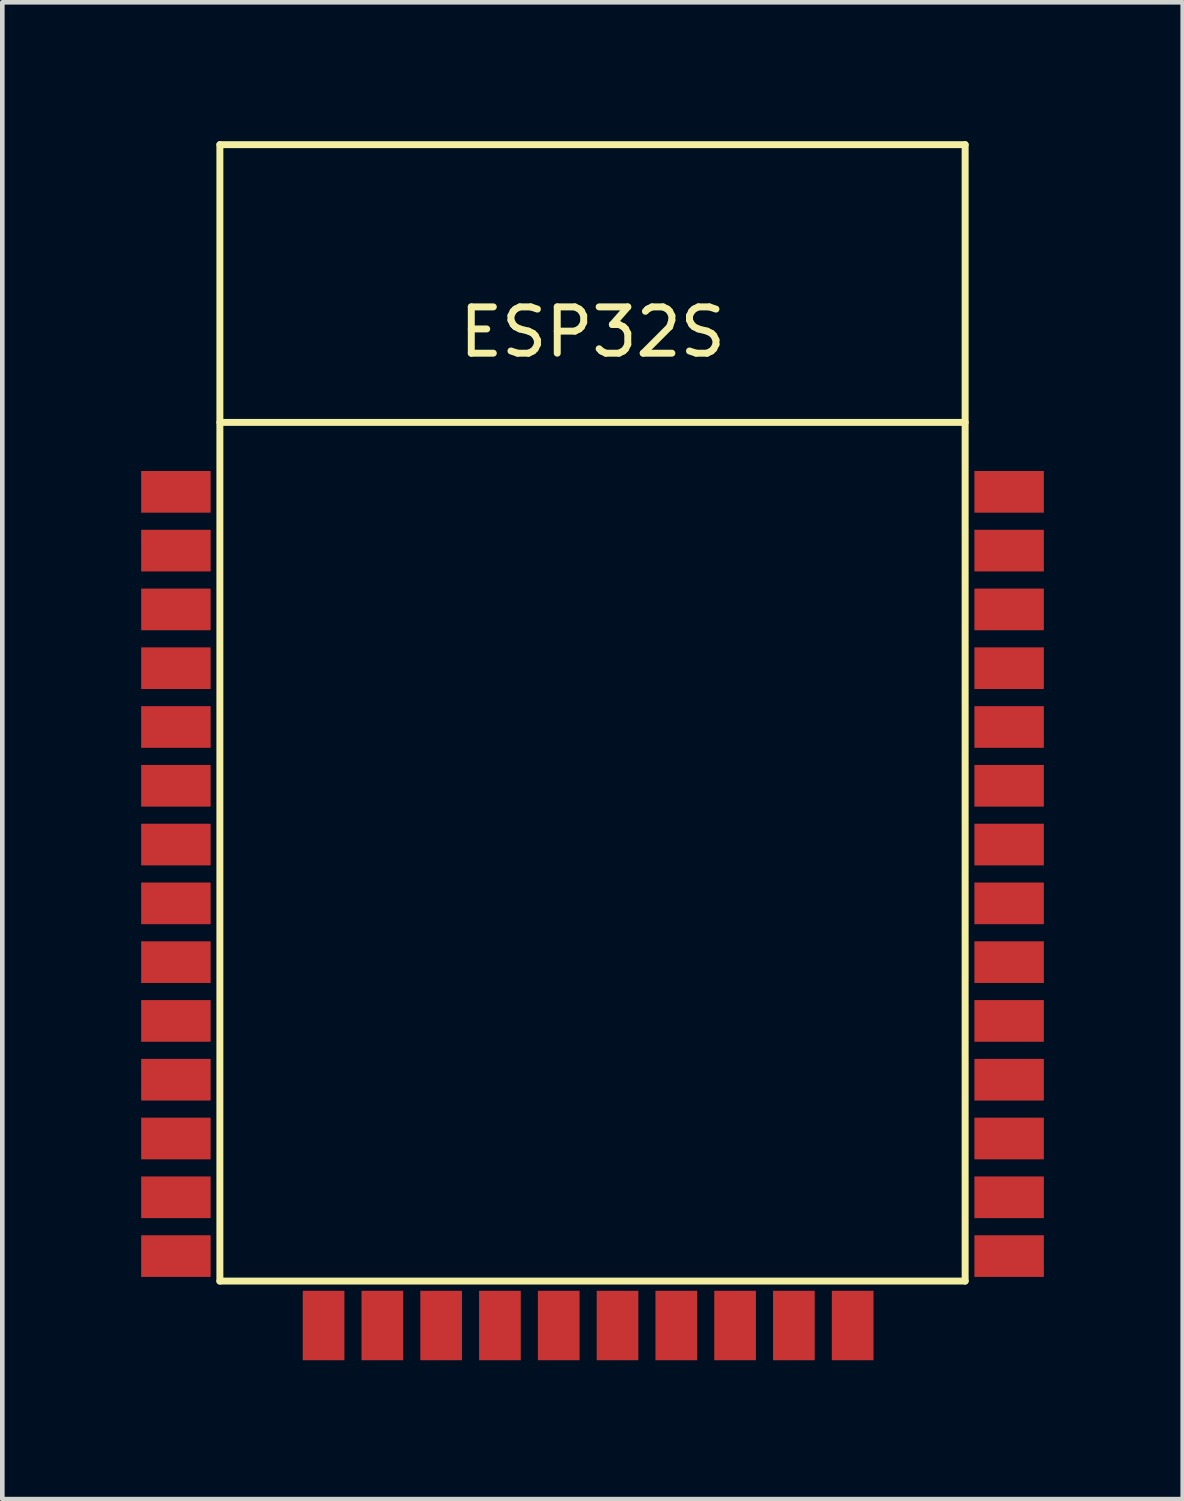
<source format=kicad_pcb>
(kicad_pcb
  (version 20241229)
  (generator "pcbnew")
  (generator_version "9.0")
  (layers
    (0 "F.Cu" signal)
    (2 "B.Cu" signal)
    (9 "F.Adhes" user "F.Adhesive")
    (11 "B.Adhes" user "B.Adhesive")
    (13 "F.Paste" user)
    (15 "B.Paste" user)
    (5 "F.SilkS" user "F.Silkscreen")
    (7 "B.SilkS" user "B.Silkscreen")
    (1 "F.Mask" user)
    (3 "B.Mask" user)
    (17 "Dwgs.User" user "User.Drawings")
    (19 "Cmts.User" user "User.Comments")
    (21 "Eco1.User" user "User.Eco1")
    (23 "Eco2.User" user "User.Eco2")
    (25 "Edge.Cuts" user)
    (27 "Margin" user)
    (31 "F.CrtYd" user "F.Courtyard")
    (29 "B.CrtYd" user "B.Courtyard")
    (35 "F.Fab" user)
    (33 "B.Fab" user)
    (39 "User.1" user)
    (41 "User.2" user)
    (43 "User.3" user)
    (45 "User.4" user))
  (footprint "ESP32S"
    (layer "F.Cu")
    (at 9.75 12.575)
    (property "Reference" "ESP32S" (at 0 -8.45 0) (layer "F.SilkS") (effects (font (size 1 1) (thickness 0.15))))
    (attr through_hole)
    (fp_line (start -8.05 -12.5) (end -8.05 12.05) (stroke (width 0.15) (type solid)) (layer "F.SilkS"))
    (fp_line (start -8.05 -6.5) (end 8.05 -6.5) (stroke (width 0.15) (type solid)) (layer "F.SilkS"))
    (fp_line (start -8.05 12.05) (end 8.05 12.05) (stroke (width 0.15) (type solid)) (layer "F.SilkS"))
    (fp_line (start 8.05 -12.5) (end -8.05 -12.5) (stroke (width 0.15) (type solid)) (layer "F.SilkS"))
    (fp_line (start 8.05 12.05) (end 8.05 -12.5) (stroke (width 0.15) (type solid)) (layer "F.SilkS"))
    (pad "1" smd rect (at -9 -5) (size 1.5 0.9) (layers "F.Cu" "F.Mask" "F.Paste"))
    (pad "2" smd rect (at -9 -3.73) (size 1.5 0.9) (layers "F.Cu" "F.Mask" "F.Paste"))
    (pad "3" smd rect (at -9 -2.46) (size 1.5 0.9) (layers "F.Cu" "F.Mask" "F.Paste"))
    (pad "4" smd rect (at -9 -1.19) (size 1.5 0.9) (layers "F.Cu" "F.Mask" "F.Paste"))
    (pad "5" smd rect (at -9 0.08) (size 1.5 0.9) (layers "F.Cu" "F.Mask" "F.Paste"))
    (pad "6" smd rect (at -9 1.35) (size 1.5 0.9) (layers "F.Cu" "F.Mask" "F.Paste"))
    (pad "7" smd rect (at -9 2.62) (size 1.5 0.9) (layers "F.Cu" "F.Mask" "F.Paste"))
    (pad "8" smd rect (at -9 3.89) (size 1.5 0.9) (layers "F.Cu" "F.Mask" "F.Paste"))
    (pad "9" smd rect (at -9 5.16) (size 1.5 0.9) (layers "F.Cu" "F.Mask" "F.Paste"))
    (pad "10" smd rect (at -9 6.43) (size 1.5 0.9) (layers "F.Cu" "F.Mask" "F.Paste"))
    (pad "11" smd rect (at -9 7.7) (size 1.5 0.9) (layers "F.Cu" "F.Mask" "F.Paste"))
    (pad "12" smd rect (at -9 8.97) (size 1.5 0.9) (layers "F.Cu" "F.Mask" "F.Paste"))
    (pad "13" smd rect (at -9 10.24) (size 1.5 0.9) (layers "F.Cu" "F.Mask" "F.Paste"))
    (pad "14" smd rect (at -9 11.51) (size 1.5 0.9) (layers "F.Cu" "F.Mask" "F.Paste"))
    (pad "15" smd rect (at -5.81 13.01 90) (size 1.5 0.9) (layers "F.Cu" "F.Mask" "F.Paste"))
    (pad "16" smd rect (at -4.54 13.01 90) (size 1.5 0.9) (layers "F.Cu" "F.Mask" "F.Paste"))
    (pad "17" smd rect (at -3.27 13.01 90) (size 1.5 0.9) (layers "F.Cu" "F.Mask" "F.Paste"))
    (pad "18" smd rect (at -2 13.01 90) (size 1.5 0.9) (layers "F.Cu" "F.Mask" "F.Paste"))
    (pad "19" smd rect (at -0.73 13.01 90) (size 1.5 0.9) (layers "F.Cu" "F.Mask" "F.Paste"))
    (pad "20" smd rect (at 0.54 13.01 90) (size 1.5 0.9) (layers "F.Cu" "F.Mask" "F.Paste"))
    (pad "21" smd rect (at 1.81 13.01 90) (size 1.5 0.9) (layers "F.Cu" "F.Mask" "F.Paste"))
    (pad "22" smd rect (at 3.08 13.01 90) (size 1.5 0.9) (layers "F.Cu" "F.Mask" "F.Paste"))
    (pad "23" smd rect (at 4.35 13.01 90) (size 1.5 0.9) (layers "F.Cu" "F.Mask" "F.Paste"))
    (pad "24" smd rect (at 5.62 13.01 90) (size 1.5 0.9) (layers "F.Cu" "F.Mask" "F.Paste"))
    (pad "25" smd rect (at 9 11.51) (size 1.5 0.9) (layers "F.Cu" "F.Mask" "F.Paste"))
    (pad "26" smd rect (at 9 10.24) (size 1.5 0.9) (layers "F.Cu" "F.Mask" "F.Paste"))
    (pad "27" smd rect (at 9 8.97) (size 1.5 0.9) (layers "F.Cu" "F.Mask" "F.Paste"))
    (pad "28" smd rect (at 9 7.7) (size 1.5 0.9) (layers "F.Cu" "F.Mask" "F.Paste"))
    (pad "29" smd rect (at 9 6.43) (size 1.5 0.9) (layers "F.Cu" "F.Mask" "F.Paste"))
    (pad "30" smd rect (at 9 5.16) (size 1.5 0.9) (layers "F.Cu" "F.Mask" "F.Paste"))
    (pad "31" smd rect (at 9 3.89) (size 1.5 0.9) (layers "F.Cu" "F.Mask" "F.Paste"))
    (pad "32" smd rect (at 9 2.62) (size 1.5 0.9) (layers "F.Cu" "F.Mask" "F.Paste"))
    (pad "33" smd rect (at 9 1.35) (size 1.5 0.9) (layers "F.Cu" "F.Mask" "F.Paste"))
    (pad "34" smd rect (at 9 0.08) (size 1.5 0.9) (layers "F.Cu" "F.Mask" "F.Paste"))
    (pad "35" smd rect (at 9 -1.19) (size 1.5 0.9) (layers "F.Cu" "F.Mask" "F.Paste"))
    (pad "36" smd rect (at 9 -2.46) (size 1.5 0.9) (layers "F.Cu" "F.Mask" "F.Paste"))
    (pad "37" smd rect (at 9 -3.73) (size 1.5 0.9) (layers "F.Cu" "F.Mask" "F.Paste"))
    (pad "38" smd rect (at 9 -5) (size 1.5 0.9) (layers "F.Cu" "F.Mask" "F.Paste")))
  (gr_rect
    (start -3 -3)
    (end 22.5 29.335)
    (stroke (width 0.1) (type default))
    (fill no)
    (layer "Edge.Cuts")))
</source>
